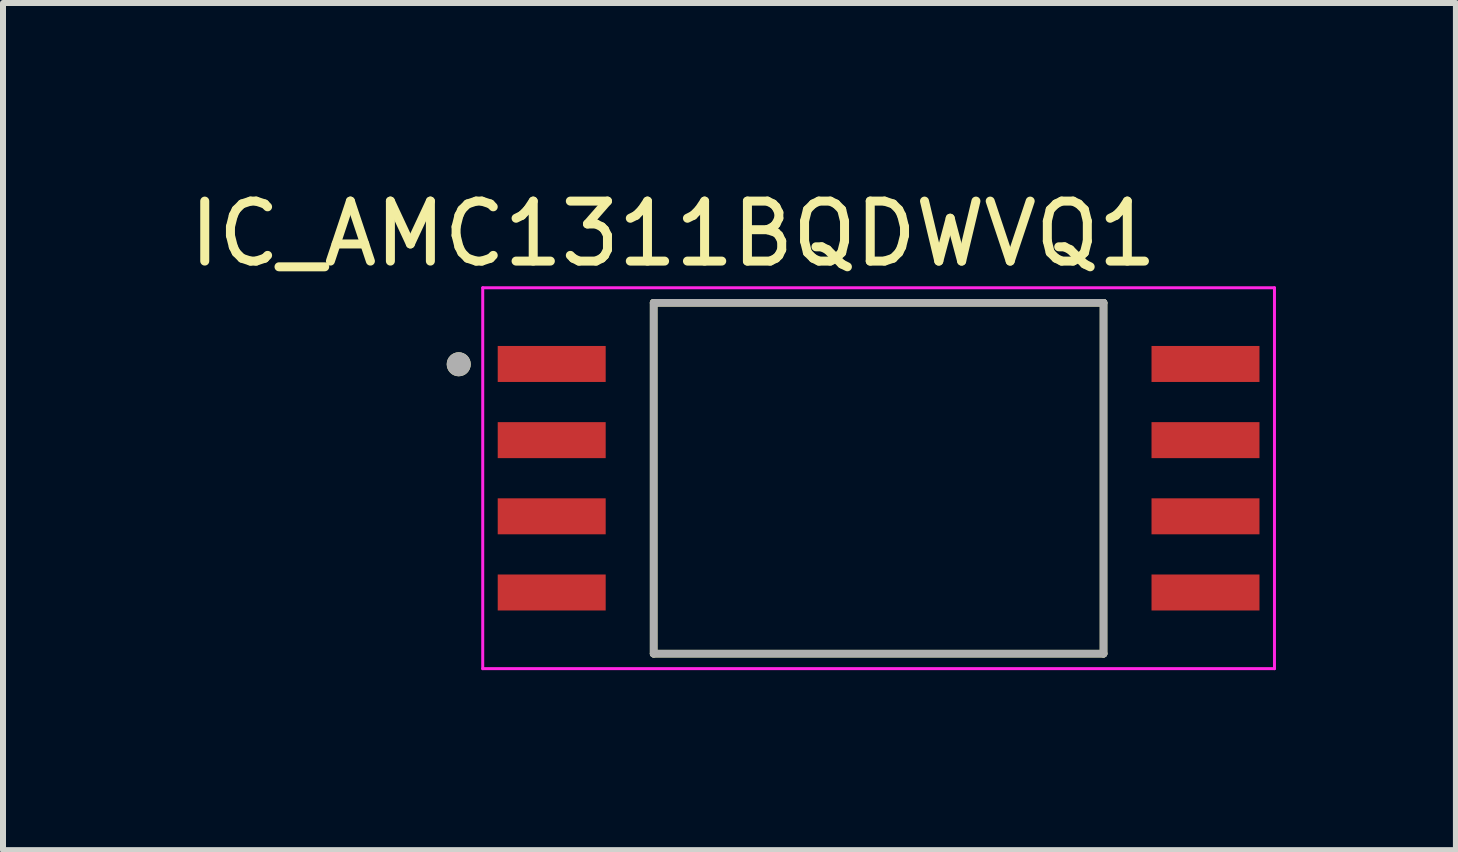
<source format=kicad_pcb>
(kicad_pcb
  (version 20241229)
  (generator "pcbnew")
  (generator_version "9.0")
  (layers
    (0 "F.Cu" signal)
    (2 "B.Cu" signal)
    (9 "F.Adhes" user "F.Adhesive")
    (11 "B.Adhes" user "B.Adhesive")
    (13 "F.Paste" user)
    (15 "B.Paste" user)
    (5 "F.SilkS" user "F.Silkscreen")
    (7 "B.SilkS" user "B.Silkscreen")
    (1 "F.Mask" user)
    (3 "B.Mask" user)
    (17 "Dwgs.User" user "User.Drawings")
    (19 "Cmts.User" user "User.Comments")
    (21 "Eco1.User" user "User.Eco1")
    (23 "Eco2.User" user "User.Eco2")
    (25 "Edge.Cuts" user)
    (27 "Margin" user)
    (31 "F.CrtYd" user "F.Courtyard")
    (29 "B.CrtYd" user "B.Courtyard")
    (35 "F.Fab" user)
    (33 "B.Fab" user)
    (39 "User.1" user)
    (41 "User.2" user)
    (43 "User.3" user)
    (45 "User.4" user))
  (footprint "IC_AMC1311BQDWVQ1"
    (layer "F.Cu")
    (at 11.598 4.923)
    (property "Reference" "IC_AMC1311BQDWVQ1" (at -3.425 -4.075 0) (layer "F.SilkS") (effects (font (size 1 1) (thickness 0.15))))
    (attr smd)
    (fp_poly (pts (xy -6.42 -2.275) (xy -4.48 -2.275) (xy -4.48 -1.535) (xy -6.42 -1.535)) (stroke (width 0.01) (type solid)) (fill yes) (layer "F.Mask"))
    (fp_poly (pts (xy -6.42 -1.005) (xy -4.48 -1.005) (xy -4.48 -0.265) (xy -6.42 -0.265)) (stroke (width 0.01) (type solid)) (fill yes) (layer "F.Mask"))
    (fp_poly (pts (xy -6.42 0.265) (xy -4.48 0.265) (xy -4.48 1.005) (xy -6.42 1.005)) (stroke (width 0.01) (type solid)) (fill yes) (layer "F.Mask"))
    (fp_poly (pts (xy -6.42 1.535) (xy -4.48 1.535) (xy -4.48 2.275) (xy -6.42 2.275)) (stroke (width 0.01) (type solid)) (fill yes) (layer "F.Mask"))
    (fp_poly (pts (xy 4.48 -2.275) (xy 6.42 -2.275) (xy 6.42 -1.535) (xy 4.48 -1.535)) (stroke (width 0.01) (type solid)) (fill yes) (layer "F.Mask"))
    (fp_poly (pts (xy 4.48 -1.005) (xy 6.42 -1.005) (xy 6.42 -0.265) (xy 4.48 -0.265)) (stroke (width 0.01) (type solid)) (fill yes) (layer "F.Mask"))
    (fp_poly (pts (xy 4.48 0.265) (xy 6.42 0.265) (xy 6.42 1.005) (xy 4.48 1.005)) (stroke (width 0.01) (type solid)) (fill yes) (layer "F.Mask"))
    (fp_poly (pts (xy 4.48 1.535) (xy 6.42 1.535) (xy 6.42 2.275) (xy 4.48 2.275)) (stroke (width 0.01) (type solid)) (fill yes) (layer "F.Mask"))
    (fp_line (start -3.75 -2.925) (end -3.75 2.925) (stroke (width 0.127) (type solid)) (layer "F.SilkS"))
    (fp_line (start -3.75 2.925) (end 3.75 2.925) (stroke (width 0.127) (type solid)) (layer "F.SilkS"))
    (fp_line (start 3.75 -2.925) (end -3.75 -2.925) (stroke (width 0.127) (type solid)) (layer "F.SilkS"))
    (fp_line (start 3.75 2.925) (end 3.75 -2.925) (stroke (width 0.127) (type solid)) (layer "F.SilkS"))
    (fp_circle (center -7 -1.9) (end -6.9 -1.9) (stroke (width 0.2) (type solid)) (fill no) (layer "F.SilkS"))
    (fp_line (start -6.6 -3.175) (end -6.6 3.175) (stroke (width 0.05) (type solid)) (layer "F.CrtYd"))
    (fp_line (start -6.6 3.175) (end 6.6 3.175) (stroke (width 0.05) (type solid)) (layer "F.CrtYd"))
    (fp_line (start 6.6 -3.175) (end -6.6 -3.175) (stroke (width 0.05) (type solid)) (layer "F.CrtYd"))
    (fp_line (start 6.6 3.175) (end 6.6 -3.175) (stroke (width 0.05) (type solid)) (layer "F.CrtYd"))
    (fp_line (start -3.75 -2.925) (end -3.75 2.925) (stroke (width 0.127) (type solid)) (layer "F.Fab"))
    (fp_line (start -3.75 2.925) (end 3.75 2.925) (stroke (width 0.127) (type solid)) (layer "F.Fab"))
    (fp_line (start 3.75 -2.925) (end -3.75 -2.925) (stroke (width 0.127) (type solid)) (layer "F.Fab"))
    (fp_line (start 3.75 2.925) (end 3.75 -2.925) (stroke (width 0.127) (type solid)) (layer "F.Fab"))
    (fp_circle (center -7 -1.9) (end -6.9 -1.9) (stroke (width 0.2) (type solid)) (fill no) (layer "F.Fab"))
    (pad "1" smd rect (at -5.45 -1.905) (size 1.8 0.6) (layers "F.Cu" "F.Paste"))
    (pad "2" smd rect (at -5.45 -0.635) (size 1.8 0.6) (layers "F.Cu" "F.Paste"))
    (pad "3" smd rect (at -5.45 0.635) (size 1.8 0.6) (layers "F.Cu" "F.Paste"))
    (pad "4" smd rect (at -5.45 1.905) (size 1.8 0.6) (layers "F.Cu" "F.Paste"))
    (pad "5" smd rect (at 5.45 1.905) (size 1.8 0.6) (layers "F.Cu" "F.Paste"))
    (pad "6" smd rect (at 5.45 0.635) (size 1.8 0.6) (layers "F.Cu" "F.Paste"))
    (pad "7" smd rect (at 5.45 -0.635) (size 1.8 0.6) (layers "F.Cu" "F.Paste"))
    (pad "8" smd rect (at 5.45 -1.905) (size 1.8 0.6) (layers "F.Cu" "F.Paste")))
  (gr_rect
    (start -3 -3)
    (end 21.223 11.123)
    (stroke (width 0.1) (type default))
    (fill no)
    (layer "Edge.Cuts")))
</source>
